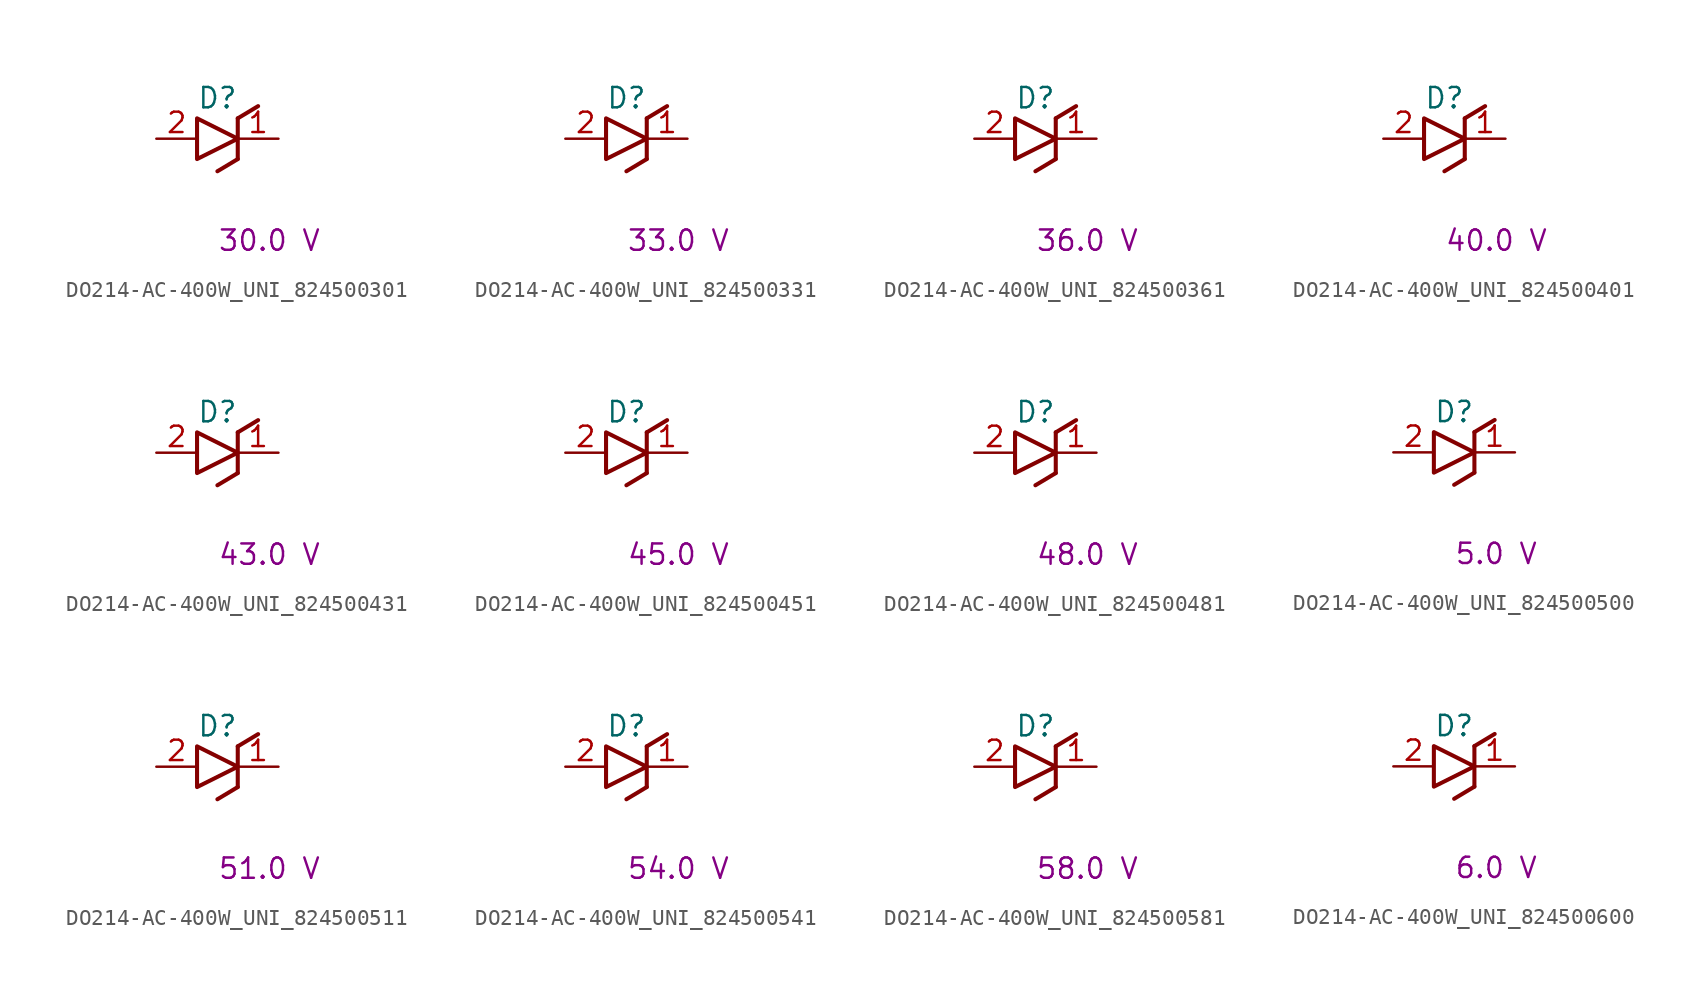
<source format=kicad_sym>
(kicad_symbol_lib
  (version 20220914)
  (generator kicad_symbol_editor)
  (symbol "DO214-AC-400W_UNI_824500301"
    (pin_names hide)
    (property "Reference" "D"
      (at 0 2.54 0)
      (effects (font (size 1.27 1.27))))
    (property "Critical Parameter" "30.0 V"
      (at 0 -6.35 0)
      (effects (font (size 1.27 1.27)) (justify left)))
    (symbol "DO214-AC-400W_UNI_824500301_1_1"
      (polyline (pts (xy 1.27 -1.27) (xy 0 -2.032)) (stroke (width 0.254) (type default)) (fill (type none)))
      (polyline (pts (xy 1.27 1.27) (xy 1.27 -1.27)) (stroke (width 0.254) (type default)) (fill (type none)))
      (polyline (pts (xy 1.27 1.27) (xy 2.54 2.032)) (stroke (width 0.254) (type default)) (fill (type none)))
      (polyline (pts (xy -1.27 1.27) (xy -1.27 -1.27) (xy 1.27 0) (xy -1.27 1.27)) (stroke (width 0.254) (type default)) (fill (type none)))
      (pin passive line (at -3.81 0 0) (length 2.54) (name "Anode" (effects (font (size 1.27 1.27)))) (number "2" (effects (font (size 1.27 1.27)))))
      (pin passive line (at 3.81 0 180) (length 2.54) (name "Cathode" (effects (font (size 1.27 1.27)))) (number "1" (effects (font (size 1.27 1.27)))))))
  (symbol "DO214-AC-400W_UNI_824500331"
    (pin_names hide)
    (property "Reference" "D"
      (at 0 2.54 0)
      (effects (font (size 1.27 1.27))))
    (property "Critical Parameter" "33.0 V"
      (at 0 -6.35 0)
      (effects (font (size 1.27 1.27)) (justify left)))
    (symbol "DO214-AC-400W_UNI_824500331_1_1"
      (polyline (pts (xy 1.27 -1.27) (xy 0 -2.032)) (stroke (width 0.254) (type default)) (fill (type none)))
      (polyline (pts (xy 1.27 1.27) (xy 1.27 -1.27)) (stroke (width 0.254) (type default)) (fill (type none)))
      (polyline (pts (xy 1.27 1.27) (xy 2.54 2.032)) (stroke (width 0.254) (type default)) (fill (type none)))
      (polyline (pts (xy -1.27 1.27) (xy -1.27 -1.27) (xy 1.27 0) (xy -1.27 1.27)) (stroke (width 0.254) (type default)) (fill (type none)))
      (pin passive line (at -3.81 0 0) (length 2.54) (name "Anode" (effects (font (size 1.27 1.27)))) (number "2" (effects (font (size 1.27 1.27)))))
      (pin passive line (at 3.81 0 180) (length 2.54) (name "Cathode" (effects (font (size 1.27 1.27)))) (number "1" (effects (font (size 1.27 1.27)))))))
  (symbol "DO214-AC-400W_UNI_824500361"
    (pin_names hide)
    (property "Reference" "D"
      (at 0 2.54 0)
      (effects (font (size 1.27 1.27))))
    (property "Critical Parameter" "36.0 V"
      (at 0 -6.35 0)
      (effects (font (size 1.27 1.27)) (justify left)))
    (symbol "DO214-AC-400W_UNI_824500361_1_1"
      (polyline (pts (xy 1.27 -1.27) (xy 0 -2.032)) (stroke (width 0.254) (type default)) (fill (type none)))
      (polyline (pts (xy 1.27 1.27) (xy 1.27 -1.27)) (stroke (width 0.254) (type default)) (fill (type none)))
      (polyline (pts (xy 1.27 1.27) (xy 2.54 2.032)) (stroke (width 0.254) (type default)) (fill (type none)))
      (polyline (pts (xy -1.27 1.27) (xy -1.27 -1.27) (xy 1.27 0) (xy -1.27 1.27)) (stroke (width 0.254) (type default)) (fill (type none)))
      (pin passive line (at -3.81 0 0) (length 2.54) (name "Anode" (effects (font (size 1.27 1.27)))) (number "2" (effects (font (size 1.27 1.27)))))
      (pin passive line (at 3.81 0 180) (length 2.54) (name "Cathode" (effects (font (size 1.27 1.27)))) (number "1" (effects (font (size 1.27 1.27)))))))
  (symbol "DO214-AC-400W_UNI_824500401"
    (pin_names hide)
    (property "Reference" "D"
      (at 0 2.54 0)
      (effects (font (size 1.27 1.27))))
    (property "Critical Parameter" "40.0 V"
      (at 0 -6.35 0)
      (effects (font (size 1.27 1.27)) (justify left)))
    (symbol "DO214-AC-400W_UNI_824500401_1_1"
      (polyline (pts (xy 1.27 -1.27) (xy 0 -2.032)) (stroke (width 0.254) (type default)) (fill (type none)))
      (polyline (pts (xy 1.27 1.27) (xy 1.27 -1.27)) (stroke (width 0.254) (type default)) (fill (type none)))
      (polyline (pts (xy 1.27 1.27) (xy 2.54 2.032)) (stroke (width 0.254) (type default)) (fill (type none)))
      (polyline (pts (xy -1.27 1.27) (xy -1.27 -1.27) (xy 1.27 0) (xy -1.27 1.27)) (stroke (width 0.254) (type default)) (fill (type none)))
      (pin passive line (at -3.81 0 0) (length 2.54) (name "Anode" (effects (font (size 1.27 1.27)))) (number "2" (effects (font (size 1.27 1.27)))))
      (pin passive line (at 3.81 0 180) (length 2.54) (name "Cathode" (effects (font (size 1.27 1.27)))) (number "1" (effects (font (size 1.27 1.27)))))))
  (symbol "DO214-AC-400W_UNI_824500431"
    (pin_names hide)
    (property "Reference" "D"
      (at 0 2.54 0)
      (effects (font (size 1.27 1.27))))
    (property "Critical Parameter" "43.0 V"
      (at 0 -6.35 0)
      (effects (font (size 1.27 1.27)) (justify left)))
    (symbol "DO214-AC-400W_UNI_824500431_1_1"
      (polyline (pts (xy 1.27 -1.27) (xy 0 -2.032)) (stroke (width 0.254) (type default)) (fill (type none)))
      (polyline (pts (xy 1.27 1.27) (xy 1.27 -1.27)) (stroke (width 0.254) (type default)) (fill (type none)))
      (polyline (pts (xy 1.27 1.27) (xy 2.54 2.032)) (stroke (width 0.254) (type default)) (fill (type none)))
      (polyline (pts (xy -1.27 1.27) (xy -1.27 -1.27) (xy 1.27 0) (xy -1.27 1.27)) (stroke (width 0.254) (type default)) (fill (type none)))
      (pin passive line (at -3.81 0 0) (length 2.54) (name "Anode" (effects (font (size 1.27 1.27)))) (number "2" (effects (font (size 1.27 1.27)))))
      (pin passive line (at 3.81 0 180) (length 2.54) (name "Cathode" (effects (font (size 1.27 1.27)))) (number "1" (effects (font (size 1.27 1.27)))))))
  (symbol "DO214-AC-400W_UNI_824500451"
    (pin_names hide)
    (property "Reference" "D"
      (at 0 2.54 0)
      (effects (font (size 1.27 1.27))))
    (property "Critical Parameter" "45.0 V"
      (at 0 -6.35 0)
      (effects (font (size 1.27 1.27)) (justify left)))
    (symbol "DO214-AC-400W_UNI_824500451_1_1"
      (polyline (pts (xy 1.27 -1.27) (xy 0 -2.032)) (stroke (width 0.254) (type default)) (fill (type none)))
      (polyline (pts (xy 1.27 1.27) (xy 1.27 -1.27)) (stroke (width 0.254) (type default)) (fill (type none)))
      (polyline (pts (xy 1.27 1.27) (xy 2.54 2.032)) (stroke (width 0.254) (type default)) (fill (type none)))
      (polyline (pts (xy -1.27 1.27) (xy -1.27 -1.27) (xy 1.27 0) (xy -1.27 1.27)) (stroke (width 0.254) (type default)) (fill (type none)))
      (pin passive line (at -3.81 0 0) (length 2.54) (name "Anode" (effects (font (size 1.27 1.27)))) (number "2" (effects (font (size 1.27 1.27)))))
      (pin passive line (at 3.81 0 180) (length 2.54) (name "Cathode" (effects (font (size 1.27 1.27)))) (number "1" (effects (font (size 1.27 1.27)))))))
  (symbol "DO214-AC-400W_UNI_824500481"
    (pin_names hide)
    (property "Reference" "D"
      (at 0 2.54 0)
      (effects (font (size 1.27 1.27))))
    (property "Critical Parameter" "48.0 V"
      (at 0 -6.35 0)
      (effects (font (size 1.27 1.27)) (justify left)))
    (symbol "DO214-AC-400W_UNI_824500481_1_1"
      (polyline (pts (xy 1.27 -1.27) (xy 0 -2.032)) (stroke (width 0.254) (type default)) (fill (type none)))
      (polyline (pts (xy 1.27 1.27) (xy 1.27 -1.27)) (stroke (width 0.254) (type default)) (fill (type none)))
      (polyline (pts (xy 1.27 1.27) (xy 2.54 2.032)) (stroke (width 0.254) (type default)) (fill (type none)))
      (polyline (pts (xy -1.27 1.27) (xy -1.27 -1.27) (xy 1.27 0) (xy -1.27 1.27)) (stroke (width 0.254) (type default)) (fill (type none)))
      (pin passive line (at -3.81 0 0) (length 2.54) (name "Anode" (effects (font (size 1.27 1.27)))) (number "2" (effects (font (size 1.27 1.27)))))
      (pin passive line (at 3.81 0 180) (length 2.54) (name "Cathode" (effects (font (size 1.27 1.27)))) (number "1" (effects (font (size 1.27 1.27)))))))
  (symbol "DO214-AC-400W_UNI_824500500"
    (pin_names hide)
    (property "Reference" "D"
      (at 0 2.54 0)
      (effects (font (size 1.27 1.27))))
    (property "Critical Parameter" "5.0 V"
      (at 0 -6.35 0)
      (effects (font (size 1.27 1.27)) (justify left)))
    (symbol "DO214-AC-400W_UNI_824500500_1_1"
      (polyline (pts (xy 1.27 -1.27) (xy 0 -2.032)) (stroke (width 0.254) (type default)) (fill (type none)))
      (polyline (pts (xy 1.27 1.27) (xy 1.27 -1.27)) (stroke (width 0.254) (type default)) (fill (type none)))
      (polyline (pts (xy 1.27 1.27) (xy 2.54 2.032)) (stroke (width 0.254) (type default)) (fill (type none)))
      (polyline (pts (xy -1.27 1.27) (xy -1.27 -1.27) (xy 1.27 0) (xy -1.27 1.27)) (stroke (width 0.254) (type default)) (fill (type none)))
      (pin passive line (at -3.81 0 0) (length 2.54) (name "Anode" (effects (font (size 1.27 1.27)))) (number "2" (effects (font (size 1.27 1.27)))))
      (pin passive line (at 3.81 0 180) (length 2.54) (name "Cathode" (effects (font (size 1.27 1.27)))) (number "1" (effects (font (size 1.27 1.27)))))))
  (symbol "DO214-AC-400W_UNI_824500511"
    (pin_names hide)
    (property "Reference" "D"
      (at 0 2.54 0)
      (effects (font (size 1.27 1.27))))
    (property "Critical Parameter" "51.0 V"
      (at 0 -6.35 0)
      (effects (font (size 1.27 1.27)) (justify left)))
    (symbol "DO214-AC-400W_UNI_824500511_1_1"
      (polyline (pts (xy 1.27 -1.27) (xy 0 -2.032)) (stroke (width 0.254) (type default)) (fill (type none)))
      (polyline (pts (xy 1.27 1.27) (xy 1.27 -1.27)) (stroke (width 0.254) (type default)) (fill (type none)))
      (polyline (pts (xy 1.27 1.27) (xy 2.54 2.032)) (stroke (width 0.254) (type default)) (fill (type none)))
      (polyline (pts (xy -1.27 1.27) (xy -1.27 -1.27) (xy 1.27 0) (xy -1.27 1.27)) (stroke (width 0.254) (type default)) (fill (type none)))
      (pin passive line (at -3.81 0 0) (length 2.54) (name "Anode" (effects (font (size 1.27 1.27)))) (number "2" (effects (font (size 1.27 1.27)))))
      (pin passive line (at 3.81 0 180) (length 2.54) (name "Cathode" (effects (font (size 1.27 1.27)))) (number "1" (effects (font (size 1.27 1.27)))))))
  (symbol "DO214-AC-400W_UNI_824500541"
    (pin_names hide)
    (property "Reference" "D"
      (at 0 2.54 0)
      (effects (font (size 1.27 1.27))))
    (property "Critical Parameter" "54.0 V"
      (at 0 -6.35 0)
      (effects (font (size 1.27 1.27)) (justify left)))
    (symbol "DO214-AC-400W_UNI_824500541_1_1"
      (polyline (pts (xy 1.27 -1.27) (xy 0 -2.032)) (stroke (width 0.254) (type default)) (fill (type none)))
      (polyline (pts (xy 1.27 1.27) (xy 1.27 -1.27)) (stroke (width 0.254) (type default)) (fill (type none)))
      (polyline (pts (xy 1.27 1.27) (xy 2.54 2.032)) (stroke (width 0.254) (type default)) (fill (type none)))
      (polyline (pts (xy -1.27 1.27) (xy -1.27 -1.27) (xy 1.27 0) (xy -1.27 1.27)) (stroke (width 0.254) (type default)) (fill (type none)))
      (pin passive line (at -3.81 0 0) (length 2.54) (name "Anode" (effects (font (size 1.27 1.27)))) (number "2" (effects (font (size 1.27 1.27)))))
      (pin passive line (at 3.81 0 180) (length 2.54) (name "Cathode" (effects (font (size 1.27 1.27)))) (number "1" (effects (font (size 1.27 1.27)))))))
  (symbol "DO214-AC-400W_UNI_824500581"
    (pin_names hide)
    (property "Reference" "D"
      (at 0 2.54 0)
      (effects (font (size 1.27 1.27))))
    (property "Critical Parameter" "58.0 V"
      (at 0 -6.35 0)
      (effects (font (size 1.27 1.27)) (justify left)))
    (symbol "DO214-AC-400W_UNI_824500581_1_1"
      (polyline (pts (xy 1.27 -1.27) (xy 0 -2.032)) (stroke (width 0.254) (type default)) (fill (type none)))
      (polyline (pts (xy 1.27 1.27) (xy 1.27 -1.27)) (stroke (width 0.254) (type default)) (fill (type none)))
      (polyline (pts (xy 1.27 1.27) (xy 2.54 2.032)) (stroke (width 0.254) (type default)) (fill (type none)))
      (polyline (pts (xy -1.27 1.27) (xy -1.27 -1.27) (xy 1.27 0) (xy -1.27 1.27)) (stroke (width 0.254) (type default)) (fill (type none)))
      (pin passive line (at -3.81 0 0) (length 2.54) (name "Anode" (effects (font (size 1.27 1.27)))) (number "2" (effects (font (size 1.27 1.27)))))
      (pin passive line (at 3.81 0 180) (length 2.54) (name "Cathode" (effects (font (size 1.27 1.27)))) (number "1" (effects (font (size 1.27 1.27)))))))
  (symbol "DO214-AC-400W_UNI_824500600"
    (pin_names hide)
    (property "Reference" "D"
      (at 0 2.54 0)
      (effects (font (size 1.27 1.27))))
    (property "Critical Parameter" "6.0 V"
      (at 0 -6.35 0)
      (effects (font (size 1.27 1.27)) (justify left)))
    (symbol "DO214-AC-400W_UNI_824500600_1_1"
      (polyline (pts (xy 1.27 -1.27) (xy 0 -2.032)) (stroke (width 0.254) (type default)) (fill (type none)))
      (polyline (pts (xy 1.27 1.27) (xy 1.27 -1.27)) (stroke (width 0.254) (type default)) (fill (type none)))
      (polyline (pts (xy 1.27 1.27) (xy 2.54 2.032)) (stroke (width 0.254) (type default)) (fill (type none)))
      (polyline (pts (xy -1.27 1.27) (xy -1.27 -1.27) (xy 1.27 0) (xy -1.27 1.27)) (stroke (width 0.254) (type default)) (fill (type none)))
      (pin passive line (at -3.81 0 0) (length 2.54) (name "Anode" (effects (font (size 1.27 1.27)))) (number "2" (effects (font (size 1.27 1.27)))))
      (pin passive line (at 3.81 0 180) (length 2.54) (name "Cathode" (effects (font (size 1.27 1.27)))) (number "1" (effects (font (size 1.27 1.27))))))))
</source>
